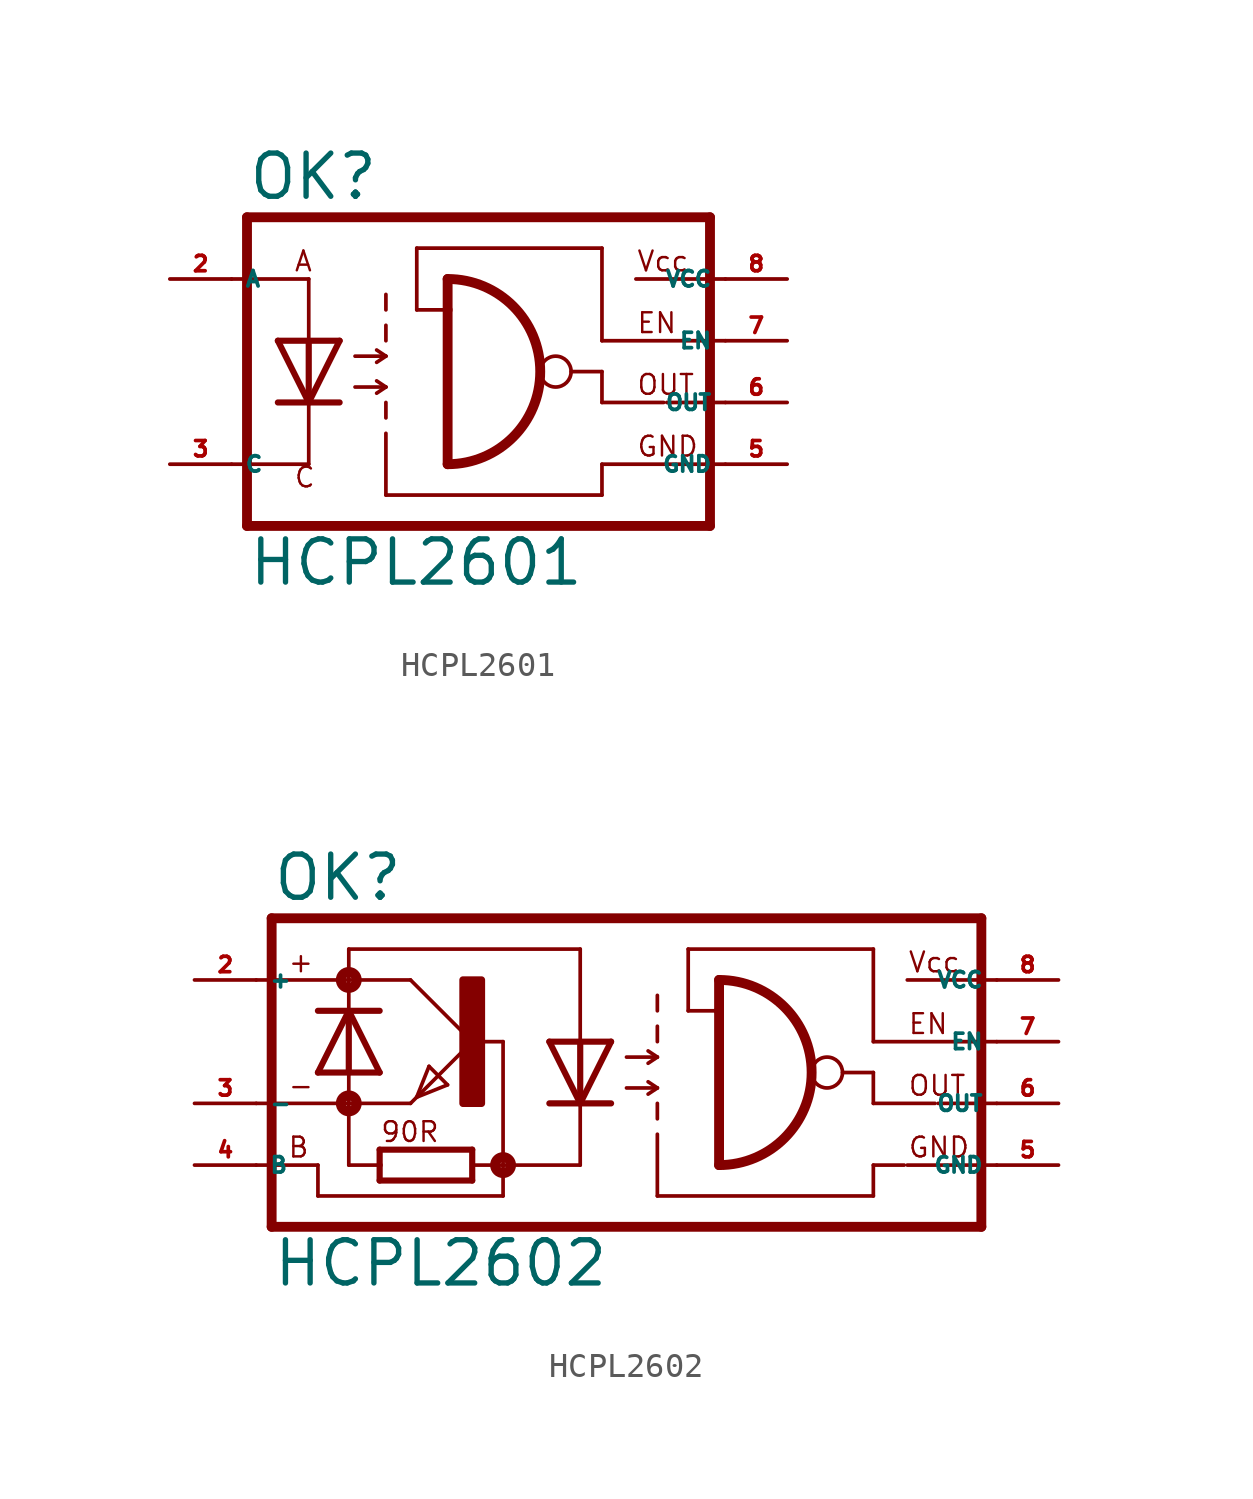
<source format=kicad_sym>
(kicad_symbol_lib
  (version 20220914)
  (generator kicad_symbol_editor)
  (symbol "HCPL2601"
    (property "Reference" "OK"
      (at -9.525 8.255 0)
      (effects (font (size 1.778 1.778) (thickness 0.22)) (justify left bottom)))
    (property "Value" "HCPL2601"
      (at -9.525 -7.62 0)
      (effects (font (size 1.778 1.778) (thickness 0.22)) (justify left bottom)))
    (symbol "HCPL2601_1_1"
      (arc (start -1.27 -2.54) (mid 2.5234 1.27) (end -1.27 5.08) (stroke (width 0.4064) (type default)) (fill (type none)))
      (polyline (pts (xy -10.16 -2.54) (xy -6.985 -2.54)) (stroke (width 0.152) (type default)) (fill (type none)))
      (polyline (pts (xy -10.16 5.08) (xy -6.985 5.08)) (stroke (width 0.152) (type default)) (fill (type none)))
      (polyline (pts (xy -9.525 7.62) (xy -9.525 -5.08)) (stroke (width 0.406) (type default)) (fill (type none)))
      (polyline (pts (xy -6.985 -2.54) (xy -6.985 0)) (stroke (width 0.152) (type default)) (fill (type none)))
      (polyline (pts (xy -6.985 0) (xy -8.255 0)) (stroke (width 0.254) (type default)) (fill (type none)))
      (polyline (pts (xy -6.985 0) (xy -8.255 2.54)) (stroke (width 0.254) (type default)) (fill (type none)))
      (polyline (pts (xy -6.985 2.54) (xy -8.255 2.54)) (stroke (width 0.254) (type default)) (fill (type none)))
      (polyline (pts (xy -6.985 2.54) (xy -6.985 0)) (stroke (width 0.254) (type default)) (fill (type none)))
      (polyline (pts (xy -6.985 2.54) (xy -6.985 5.08)) (stroke (width 0.152) (type default)) (fill (type none)))
      (polyline (pts (xy -5.715 0) (xy -6.985 0)) (stroke (width 0.254) (type default)) (fill (type none)))
      (polyline (pts (xy -5.715 2.54) (xy -6.985 0)) (stroke (width 0.254) (type default)) (fill (type none)))
      (polyline (pts (xy -5.715 2.54) (xy -6.985 2.54)) (stroke (width 0.254) (type default)) (fill (type none)))
      (polyline (pts (xy -5.08 0.635) (xy -3.81 0.635)) (stroke (width 0.152) (type default)) (fill (type none)))
      (polyline (pts (xy -5.08 1.905) (xy -3.81 1.905)) (stroke (width 0.152) (type default)) (fill (type none)))
      (polyline (pts (xy -3.81 -3.81) (xy -3.81 -1.27)) (stroke (width 0.152) (type default)) (fill (type none)))
      (polyline (pts (xy -3.81 -3.81) (xy 5.08 -3.81)) (stroke (width 0.152) (type default)) (fill (type none)))
      (polyline (pts (xy -3.81 -0.635) (xy -3.81 0)) (stroke (width 0.152) (type default)) (fill (type none)))
      (polyline (pts (xy -3.81 0.635) (xy -4.191 0.381)) (stroke (width 0.152) (type default)) (fill (type none)))
      (polyline (pts (xy -3.81 0.635) (xy -4.191 0.889)) (stroke (width 0.152) (type default)) (fill (type none)))
      (polyline (pts (xy -3.81 1.905) (xy -4.191 1.651)) (stroke (width 0.152) (type default)) (fill (type none)))
      (polyline (pts (xy -3.81 1.905) (xy -4.191 2.159)) (stroke (width 0.152) (type default)) (fill (type none)))
      (polyline (pts (xy -3.81 2.54) (xy -3.81 3.175)) (stroke (width 0.152) (type default)) (fill (type none)))
      (polyline (pts (xy -3.81 3.81) (xy -3.81 4.445)) (stroke (width 0.152) (type default)) (fill (type none)))
      (polyline (pts (xy -2.54 3.81) (xy -2.54 6.35)) (stroke (width 0.152) (type default)) (fill (type none)))
      (polyline (pts (xy -2.54 6.35) (xy 5.08 6.35)) (stroke (width 0.152) (type default)) (fill (type none)))
      (polyline (pts (xy -1.27 3.81) (xy -2.54 3.81)) (stroke (width 0.152) (type default)) (fill (type none)))
      (polyline (pts (xy -1.27 3.81) (xy -1.27 -2.54)) (stroke (width 0.406) (type default)) (fill (type none)))
      (polyline (pts (xy -1.27 5.08) (xy -1.27 3.81)) (stroke (width 0.406) (type default)) (fill (type none)))
      (polyline (pts (xy 3.81 1.27) (xy 5.08 1.27)) (stroke (width 0.152) (type default)) (fill (type none)))
      (polyline (pts (xy 5.08 -2.54) (xy 5.08 -3.81)) (stroke (width 0.152) (type default)) (fill (type none)))
      (polyline (pts (xy 5.08 -2.54) (xy 10.16 -2.54)) (stroke (width 0.152) (type default)) (fill (type none)))
      (polyline (pts (xy 5.08 0) (xy 7.62 0)) (stroke (width 0.152) (type default)) (fill (type none)))
      (polyline (pts (xy 5.08 1.27) (xy 5.08 0)) (stroke (width 0.152) (type default)) (fill (type none)))
      (polyline (pts (xy 5.08 2.54) (xy 10.16 2.54)) (stroke (width 0.152) (type default)) (fill (type none)))
      (polyline (pts (xy 5.08 6.35) (xy 5.08 2.54)) (stroke (width 0.152) (type default)) (fill (type none)))
      (polyline (pts (xy 6.477 5.08) (xy 10.16 5.08)) (stroke (width 0.152) (type default)) (fill (type none)))
      (polyline (pts (xy 7.747 0) (xy 10.16 0)) (stroke (width 0.152) (type default)) (fill (type none)))
      (polyline (pts (xy 9.525 -5.08) (xy -9.525 -5.08)) (stroke (width 0.406) (type default)) (fill (type none)))
      (polyline (pts (xy 9.525 7.62) (xy -9.525 7.62)) (stroke (width 0.406) (type default)) (fill (type none)))
      (polyline (pts (xy 9.525 7.62) (xy 9.525 -5.08)) (stroke (width 0.406) (type default)) (fill (type none)))
      (circle (center 3.175 1.27) (radius 0.635) (stroke (width 0.152) (type default)) (fill (type none)))
      (text "A" (at -7.62 5.334 0) (effects (font (size 0.813 0.813) (thickness 0.1)) (justify left bottom)))
      (text "C" (at -7.62 -3.556 0) (effects (font (size 0.813 0.813) (thickness 0.1)) (justify left bottom)))
      (text "EN" (at 6.477 2.794 0) (effects (font (size 0.813 0.813) (thickness 0.1)) (justify left bottom)))
      (text "GND" (at 6.477 -2.286 0) (effects (font (size 0.813 0.813) (thickness 0.1)) (justify left bottom)))
      (text "OUT" (at 6.477 0.254 0) (effects (font (size 0.813 0.813) (thickness 0.1)) (justify left bottom)))
      (text "Vcc" (at 6.477 5.334 0) (effects (font (size 0.813 0.813) (thickness 0.1)) (justify left bottom)))
      (pin passive line (at -12.7 5.08 0) (length 2.54) (name "A" (effects (font (size 0.635 0.635)))) (number "2" (effects (font (size 0.635 0.635)))))
      (pin passive line (at -12.7 -2.54 0) (length 2.54) (name "C" (effects (font (size 0.635 0.635)))) (number "3" (effects (font (size 0.635 0.635)))))
      (pin passive line (at 12.7 -2.54 180) (length 2.54) (name "GND" (effects (font (size 0.635 0.635)))) (number "5" (effects (font (size 0.635 0.635)))))
      (pin passive line (at 12.7 0 180) (length 2.54) (name "OUT" (effects (font (size 0.635 0.635)))) (number "6" (effects (font (size 0.635 0.635)))))
      (pin passive line (at 12.7 2.54 180) (length 2.54) (name "EN" (effects (font (size 0.635 0.635)))) (number "7" (effects (font (size 0.635 0.635)))))
      (pin passive line (at 12.7 5.08 180) (length 2.54) (name "VCC" (effects (font (size 0.635 0.635)))) (number "8" (effects (font (size 0.635 0.635)))))))
  (symbol "HCPL2602"
    (property "Reference" "OK"
      (at -14.605 8.255 0)
      (effects (font (size 1.778 1.778) (thickness 0.22)) (justify left bottom)))
    (property "Value" "HCPL2602"
      (at -14.605 -7.62 0)
      (effects (font (size 1.778 1.778) (thickness 0.22)) (justify left bottom)))
    (symbol "HCPL2602_1_1"
      (circle (center -11.43 0) (radius 0.127) (stroke (width 0.406) (type default)) (fill (type none)))
      (circle (center -11.43 5.08) (radius 0.127) (stroke (width 0.406) (type default)) (fill (type none)))
      (rectangle (start -6.731 0) (end -5.969 5.08) (stroke (width 0.3) (type default)) (fill (type outline)))
      (circle (center -5.08 -2.54) (radius 0.127) (stroke (width 0.406) (type default)) (fill (type none)))
      (polyline (pts (xy -15.24 5.08) (xy -11.43 5.08)) (stroke (width 0.152) (type default)) (fill (type none)))
      (polyline (pts (xy -14.605 7.62) (xy -14.605 -5.08)) (stroke (width 0.406) (type default)) (fill (type none)))
      (polyline (pts (xy -12.7 -2.54) (xy -15.24 -2.54)) (stroke (width 0.152) (type default)) (fill (type none)))
      (polyline (pts (xy -12.7 -2.54) (xy -12.7 -3.81)) (stroke (width 0.152) (type default)) (fill (type none)))
      (polyline (pts (xy -11.43 -2.54) (xy -11.43 0)) (stroke (width 0.152) (type default)) (fill (type none)))
      (polyline (pts (xy -11.43 0) (xy -15.24 0)) (stroke (width 0.152) (type default)) (fill (type none)))
      (polyline (pts (xy -11.43 0) (xy -11.43 1.27)) (stroke (width 0.152) (type default)) (fill (type none)))
      (polyline (pts (xy -11.43 0) (xy -8.89 0)) (stroke (width 0.152) (type default)) (fill (type none)))
      (polyline (pts (xy -11.43 1.27) (xy -12.7 1.27)) (stroke (width 0.254) (type default)) (fill (type none)))
      (polyline (pts (xy -11.43 3.81) (xy -12.7 1.27)) (stroke (width 0.254) (type default)) (fill (type none)))
      (polyline (pts (xy -11.43 3.81) (xy -12.7 3.81)) (stroke (width 0.254) (type default)) (fill (type none)))
      (polyline (pts (xy -11.43 3.81) (xy -11.43 1.27)) (stroke (width 0.254) (type default)) (fill (type none)))
      (polyline (pts (xy -11.43 3.81) (xy -11.43 5.08)) (stroke (width 0.152) (type default)) (fill (type none)))
      (polyline (pts (xy -11.43 5.08) (xy -11.43 6.35)) (stroke (width 0.152) (type default)) (fill (type none)))
      (polyline (pts (xy -11.43 6.35) (xy -1.905 6.35)) (stroke (width 0.152) (type default)) (fill (type none)))
      (polyline (pts (xy -10.16 -3.175) (xy -10.16 -2.54)) (stroke (width 0.254) (type default)) (fill (type none)))
      (polyline (pts (xy -10.16 -2.54) (xy -11.43 -2.54)) (stroke (width 0.152) (type default)) (fill (type none)))
      (polyline (pts (xy -10.16 -2.54) (xy -10.16 -1.905)) (stroke (width 0.254) (type default)) (fill (type none)))
      (polyline (pts (xy -10.16 -1.905) (xy -6.35 -1.905)) (stroke (width 0.254) (type default)) (fill (type none)))
      (polyline (pts (xy -10.16 1.27) (xy -11.43 1.27)) (stroke (width 0.254) (type default)) (fill (type none)))
      (polyline (pts (xy -10.16 1.27) (xy -11.43 3.81)) (stroke (width 0.254) (type default)) (fill (type none)))
      (polyline (pts (xy -10.16 3.81) (xy -11.43 3.81)) (stroke (width 0.254) (type default)) (fill (type none)))
      (polyline (pts (xy -8.89 5.08) (xy -11.43 5.08)) (stroke (width 0.152) (type default)) (fill (type none)))
      (polyline (pts (xy -8.89 5.08) (xy -6.35 2.54)) (stroke (width 0.152) (type default)) (fill (type none)))
      (polyline (pts (xy -8.636 0.254) (xy -8.89 0)) (stroke (width 0.152) (type default)) (fill (type none)))
      (polyline (pts (xy -8.636 0.254) (xy -7.366 0.762)) (stroke (width 0.152) (type default)) (fill (type none)))
      (polyline (pts (xy -8.128 1.524) (xy -8.636 0.254)) (stroke (width 0.152) (type default)) (fill (type none)))
      (polyline (pts (xy -7.366 0.762) (xy -8.128 1.524)) (stroke (width 0.152) (type default)) (fill (type none)))
      (polyline (pts (xy -6.35 -3.175) (xy -10.16 -3.175)) (stroke (width 0.254) (type default)) (fill (type none)))
      (polyline (pts (xy -6.35 -2.54) (xy -5.08 -2.54)) (stroke (width 0.152) (type default)) (fill (type none)))
      (polyline (pts (xy -6.35 -1.905) (xy -6.35 -3.175)) (stroke (width 0.254) (type default)) (fill (type none)))
      (polyline (pts (xy -6.35 2.54) (xy -8.636 0.254)) (stroke (width 0.152) (type default)) (fill (type none)))
      (polyline (pts (xy -5.08 -3.81) (xy -12.7 -3.81)) (stroke (width 0.152) (type default)) (fill (type none)))
      (polyline (pts (xy -5.08 -2.54) (xy -5.08 -3.81)) (stroke (width 0.152) (type default)) (fill (type none)))
      (polyline (pts (xy -5.08 2.54) (xy -6.35 2.54)) (stroke (width 0.152) (type default)) (fill (type none)))
      (polyline (pts (xy -5.08 2.54) (xy -5.08 -2.54)) (stroke (width 0.152) (type default)) (fill (type none)))
      (polyline (pts (xy -1.905 -2.54) (xy -5.08 -2.54)) (stroke (width 0.152) (type default)) (fill (type none)))
      (polyline (pts (xy -1.905 -2.54) (xy -1.905 0)) (stroke (width 0.152) (type default)) (fill (type none)))
      (polyline (pts (xy -1.905 0) (xy -3.175 0)) (stroke (width 0.254) (type default)) (fill (type none)))
      (polyline (pts (xy -1.905 0) (xy -3.175 2.54)) (stroke (width 0.254) (type default)) (fill (type none)))
      (polyline (pts (xy -1.905 2.54) (xy -3.175 2.54)) (stroke (width 0.254) (type default)) (fill (type none)))
      (polyline (pts (xy -1.905 2.54) (xy -1.905 0)) (stroke (width 0.254) (type default)) (fill (type none)))
      (polyline (pts (xy -1.905 2.54) (xy -1.905 6.35)) (stroke (width 0.152) (type default)) (fill (type none)))
      (polyline (pts (xy -0.635 0) (xy -1.905 0)) (stroke (width 0.254) (type default)) (fill (type none)))
      (polyline (pts (xy -0.635 2.54) (xy -1.905 0)) (stroke (width 0.254) (type default)) (fill (type none)))
      (polyline (pts (xy -0.635 2.54) (xy -1.905 2.54)) (stroke (width 0.254) (type default)) (fill (type none)))
      (polyline (pts (xy 0 0.635) (xy 1.27 0.635)) (stroke (width 0.152) (type default)) (fill (type none)))
      (polyline (pts (xy 0 1.905) (xy 1.27 1.905)) (stroke (width 0.152) (type default)) (fill (type none)))
      (polyline (pts (xy 1.27 -1.27) (xy 1.27 -3.81)) (stroke (width 0.152) (type default)) (fill (type none)))
      (polyline (pts (xy 1.27 -0.635) (xy 1.27 0)) (stroke (width 0.152) (type default)) (fill (type none)))
      (polyline (pts (xy 1.27 0.635) (xy 0.889 0.381)) (stroke (width 0.152) (type default)) (fill (type none)))
      (polyline (pts (xy 1.27 0.635) (xy 0.889 0.889)) (stroke (width 0.152) (type default)) (fill (type none)))
      (polyline (pts (xy 1.27 1.905) (xy 0.889 1.651)) (stroke (width 0.152) (type default)) (fill (type none)))
      (polyline (pts (xy 1.27 1.905) (xy 0.889 2.159)) (stroke (width 0.152) (type default)) (fill (type none)))
      (polyline (pts (xy 1.27 2.54) (xy 1.27 3.175)) (stroke (width 0.152) (type default)) (fill (type none)))
      (polyline (pts (xy 1.27 3.81) (xy 1.27 4.445)) (stroke (width 0.152) (type default)) (fill (type none)))
      (polyline (pts (xy 2.54 3.81) (xy 2.54 6.35)) (stroke (width 0.152) (type default)) (fill (type none)))
      (polyline (pts (xy 2.54 6.35) (xy 10.16 6.35)) (stroke (width 0.152) (type default)) (fill (type none)))
      (polyline (pts (xy 3.81 3.81) (xy 2.54 3.81)) (stroke (width 0.152) (type default)) (fill (type none)))
      (polyline (pts (xy 3.81 3.81) (xy 3.81 -2.54)) (stroke (width 0.406) (type default)) (fill (type none)))
      (polyline (pts (xy 3.81 5.08) (xy 3.81 3.81)) (stroke (width 0.406) (type default)) (fill (type none)))
      (polyline (pts (xy 8.89 1.27) (xy 10.16 1.27)) (stroke (width 0.152) (type default)) (fill (type none)))
      (polyline (pts (xy 10.16 -3.81) (xy 1.27 -3.81)) (stroke (width 0.152) (type default)) (fill (type none)))
      (polyline (pts (xy 10.16 -2.54) (xy 10.16 -3.81)) (stroke (width 0.152) (type default)) (fill (type none)))
      (polyline (pts (xy 10.16 0) (xy 12.7 0)) (stroke (width 0.152) (type default)) (fill (type none)))
      (polyline (pts (xy 10.16 1.27) (xy 10.16 0)) (stroke (width 0.152) (type default)) (fill (type none)))
      (polyline (pts (xy 10.16 2.54) (xy 15.24 2.54)) (stroke (width 0.152) (type default)) (fill (type none)))
      (polyline (pts (xy 10.16 6.35) (xy 10.16 2.54)) (stroke (width 0.152) (type default)) (fill (type none)))
      (polyline (pts (xy 11.43 -2.54) (xy 10.16 -2.54)) (stroke (width 0.152) (type default)) (fill (type none)))
      (polyline (pts (xy 11.557 -2.54) (xy 15.24 -2.54)) (stroke (width 0.152) (type default)) (fill (type none)))
      (polyline (pts (xy 11.557 5.08) (xy 15.24 5.08)) (stroke (width 0.152) (type default)) (fill (type none)))
      (polyline (pts (xy 12.827 0) (xy 15.24 0)) (stroke (width 0.152) (type default)) (fill (type none)))
      (polyline (pts (xy 14.605 -5.08) (xy -14.605 -5.08)) (stroke (width 0.406) (type default)) (fill (type none)))
      (polyline (pts (xy 14.605 7.62) (xy -14.605 7.62)) (stroke (width 0.406) (type default)) (fill (type none)))
      (polyline (pts (xy 14.605 7.62) (xy 14.605 -5.08)) (stroke (width 0.406) (type default)) (fill (type none)))
      (arc (start 3.81 -2.54) (mid 7.6034 1.27) (end 3.81 5.08) (stroke (width 0.4064) (type default)) (fill (type none)))
      (circle (center 8.255 1.27) (radius 0.635) (stroke (width 0.152) (type default)) (fill (type none)))
      (text "+" (at -13.97 5.334 0) (effects (font (size 0.813 0.813) (thickness 0.1)) (justify left bottom)))
      (text "-" (at -13.97 0.254 0) (effects (font (size 0.813 0.813) (thickness 0.1)) (justify left bottom)))
      (text "90R" (at -10.16 -1.651 0) (effects (font (size 0.813 0.813) (thickness 0.1)) (justify left bottom)))
      (text "B" (at -13.97 -2.286 0) (effects (font (size 0.813 0.813) (thickness 0.1)) (justify left bottom)))
      (text "EN" (at 11.557 2.794 0) (effects (font (size 0.813 0.813) (thickness 0.1)) (justify left bottom)))
      (text "GND" (at 11.557 -2.286 0) (effects (font (size 0.813 0.813) (thickness 0.1)) (justify left bottom)))
      (text "OUT" (at 11.557 0.254 0) (effects (font (size 0.813 0.813) (thickness 0.1)) (justify left bottom)))
      (text "Vcc" (at 11.557 5.334 0) (effects (font (size 0.813 0.813) (thickness 0.1)) (justify left bottom)))
      (pin passive line (at -17.78 5.08 0) (length 2.54) (name "+" (effects (font (size 0.635 0.635)))) (number "2" (effects (font (size 0.635 0.635)))))
      (pin passive line (at -17.78 0 0) (length 2.54) (name "-" (effects (font (size 0.635 0.635)))) (number "3" (effects (font (size 0.635 0.635)))))
      (pin passive line (at -17.78 -2.54 0) (length 2.54) (name "B" (effects (font (size 0.635 0.635)))) (number "4" (effects (font (size 0.635 0.635)))))
      (pin passive line (at 17.78 -2.54 180) (length 2.54) (name "GND" (effects (font (size 0.635 0.635)))) (number "5" (effects (font (size 0.635 0.635)))))
      (pin passive line (at 17.78 0 180) (length 2.54) (name "OUT" (effects (font (size 0.635 0.635)))) (number "6" (effects (font (size 0.635 0.635)))))
      (pin passive line (at 17.78 2.54 180) (length 2.54) (name "EN" (effects (font (size 0.635 0.635)))) (number "7" (effects (font (size 0.635 0.635)))))
      (pin passive line (at 17.78 5.08 180) (length 2.54) (name "VCC" (effects (font (size 0.635 0.635)))) (number "8" (effects (font (size 0.635 0.635))))))))
</source>
